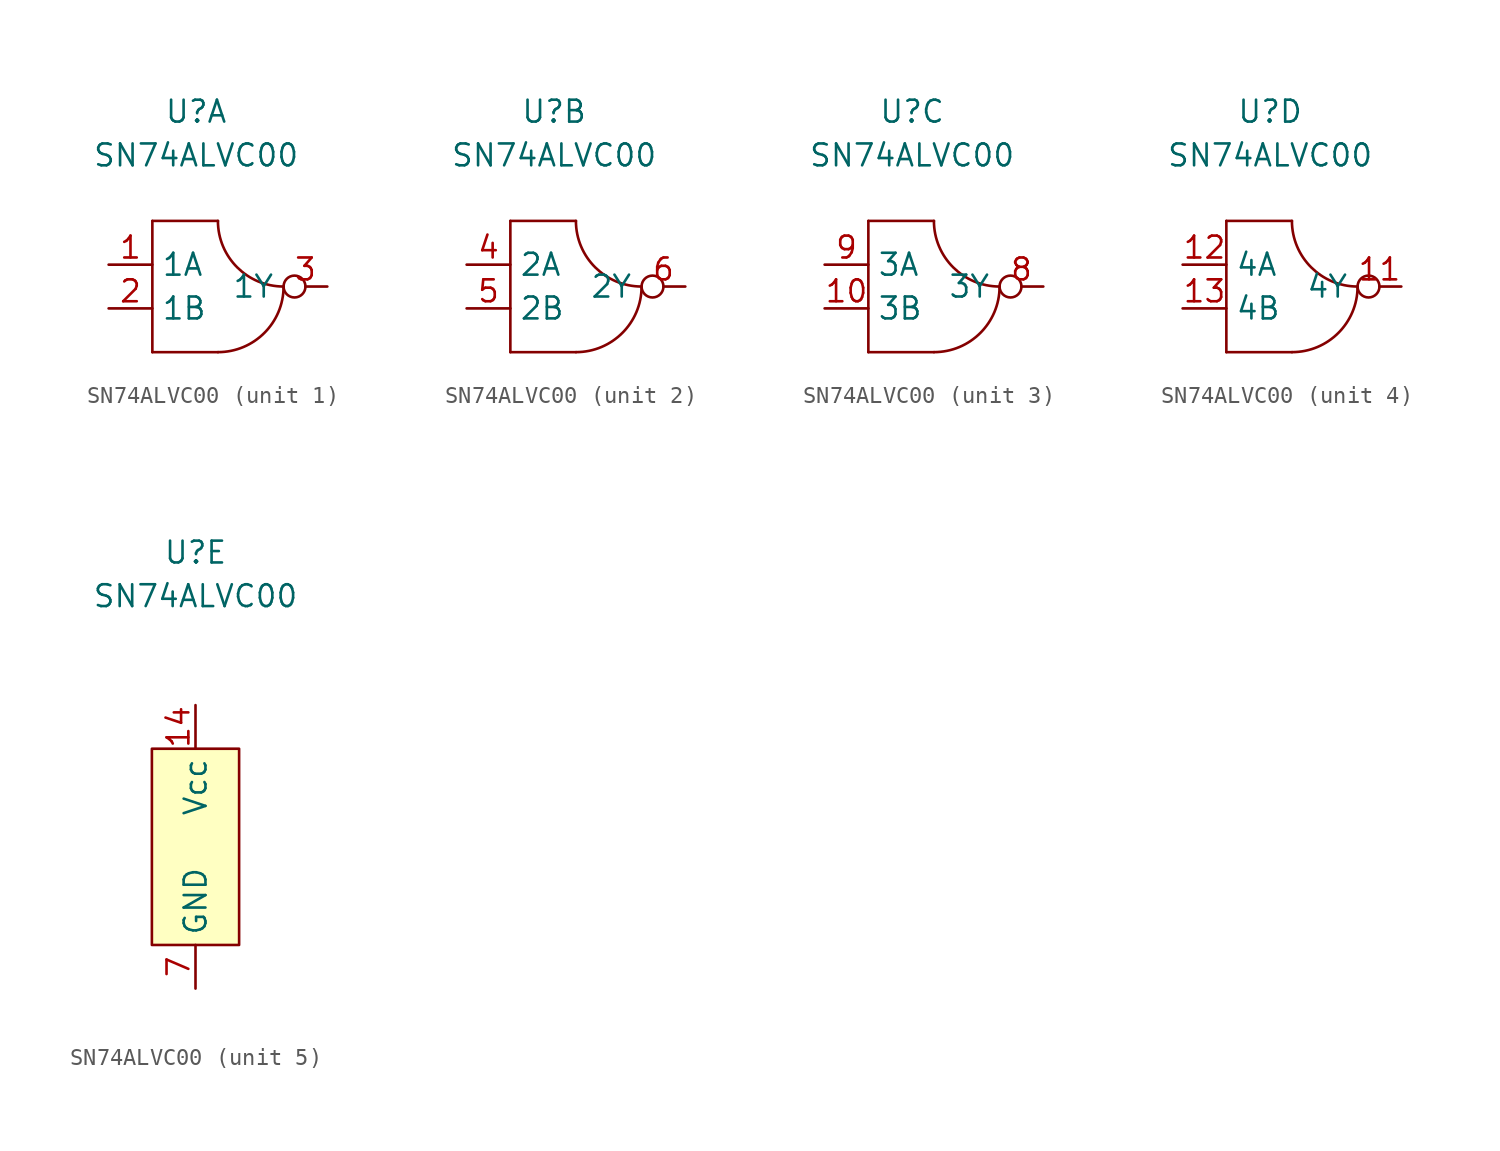
<source format=kicad_sym>
(kicad_symbol_lib
  (version 20211014)
  (generator kicad_symbol_editor)
  (symbol "SN74ALVC00"
    (property "Reference" "U"
      (at 0 0 0)
      (effects (font (size 1.27 1.27))))
    (property "Value" "SN74ALVC00"
      (at 0 -2.54 0)
      (effects (font (size 1.27 1.27))))
    (property "ki_locked" ""
      (at 0 0 0)
      (effects (font (size 1.27 1.27))))
    (symbol "SN74ALVC00_1_1"
      (polyline (pts (xy -2.54 -13.97) (xy 1.27 -13.97)) (stroke (width 0.152) (type default) (color 0 0 0 0)) (fill (type none)))
      (polyline (pts (xy -2.54 -6.35) (xy -2.54 -13.97)) (stroke (width 0.152) (type default) (color 0 0 0 0)) (fill (type none)))
      (polyline (pts (xy -2.54 -6.35) (xy 1.27 -6.35)) (stroke (width 0.152) (type default) (color 0 0 0 0)) (fill (type none)))
      (arc (start 1.27 -13.97) (mid 3.9641 -12.8541) (end 5.08 -10.16) (stroke (width 0.1524) (type default) (color 0 0 0 0)) (fill (type none)))
      (arc (start 1.27 -6.35) (mid -1.4241 -12.8541) (end 5.08 -10.16) (stroke (width 0.1524) (type default) (color 0 0 0 0)) (fill (type none)))
      (pin input line (at -5.08 -8.89 0) (length 2.54) (name "1A" (effects (font (size 1.27 1.27)))) (number "1" (effects (font (size 1.27 1.27)))))
      (pin input line (at -5.08 -11.43 0) (length 2.54) (name "1B" (effects (font (size 1.27 1.27)))) (number "2" (effects (font (size 1.27 1.27)))))
      (pin output inverted (at 7.62 -10.16 180) (length 2.54) (name "1Y" (effects (font (size 1.27 1.27)))) (number "3" (effects (font (size 1.27 1.27))))))
    (symbol "SN74ALVC00_2_1"
      (polyline (pts (xy -2.54 -13.97) (xy 1.27 -13.97)) (stroke (width 0.152) (type default) (color 0 0 0 0)) (fill (type none)))
      (polyline (pts (xy -2.54 -6.35) (xy -2.54 -13.97)) (stroke (width 0.152) (type default) (color 0 0 0 0)) (fill (type none)))
      (polyline (pts (xy -2.54 -6.35) (xy 1.27 -6.35)) (stroke (width 0.152) (type default) (color 0 0 0 0)) (fill (type none)))
      (arc (start 1.27 -13.97) (mid 3.9641 -12.8541) (end 5.08 -10.16) (stroke (width 0.1524) (type default) (color 0 0 0 0)) (fill (type none)))
      (arc (start 1.27 -6.35) (mid -1.4241 -12.8541) (end 5.08 -10.16) (stroke (width 0.1524) (type default) (color 0 0 0 0)) (fill (type none)))
      (pin input line (at -5.08 -8.89 0) (length 2.54) (name "2A" (effects (font (size 1.27 1.27)))) (number "4" (effects (font (size 1.27 1.27)))))
      (pin input line (at -5.08 -11.43 0) (length 2.54) (name "2B" (effects (font (size 1.27 1.27)))) (number "5" (effects (font (size 1.27 1.27)))))
      (pin output inverted (at 7.62 -10.16 180) (length 2.54) (name "2Y" (effects (font (size 1.27 1.27)))) (number "6" (effects (font (size 1.27 1.27))))))
    (symbol "SN74ALVC00_3_1"
      (polyline (pts (xy -2.54 -13.97) (xy 1.27 -13.97)) (stroke (width 0.152) (type default) (color 0 0 0 0)) (fill (type none)))
      (polyline (pts (xy -2.54 -6.35) (xy -2.54 -13.97)) (stroke (width 0.152) (type default) (color 0 0 0 0)) (fill (type none)))
      (polyline (pts (xy -2.54 -6.35) (xy 1.27 -6.35)) (stroke (width 0.152) (type default) (color 0 0 0 0)) (fill (type none)))
      (arc (start 1.27 -13.97) (mid 3.9641 -12.8541) (end 5.08 -10.16) (stroke (width 0.1524) (type default) (color 0 0 0 0)) (fill (type none)))
      (arc (start 1.27 -6.35) (mid -1.4241 -12.8541) (end 5.08 -10.16) (stroke (width 0.1524) (type default) (color 0 0 0 0)) (fill (type none)))
      (pin input line (at -5.08 -11.43 0) (length 2.54) (name "3B" (effects (font (size 1.27 1.27)))) (number "10" (effects (font (size 1.27 1.27)))))
      (pin output inverted (at 7.62 -10.16 180) (length 2.54) (name "3Y" (effects (font (size 1.27 1.27)))) (number "8" (effects (font (size 1.27 1.27)))))
      (pin input line (at -5.08 -8.89 0) (length 2.54) (name "3A" (effects (font (size 1.27 1.27)))) (number "9" (effects (font (size 1.27 1.27))))))
    (symbol "SN74ALVC00_4_1"
      (polyline (pts (xy -2.54 -13.97) (xy 1.27 -13.97)) (stroke (width 0.152) (type default) (color 0 0 0 0)) (fill (type none)))
      (polyline (pts (xy -2.54 -6.35) (xy -2.54 -13.97)) (stroke (width 0.152) (type default) (color 0 0 0 0)) (fill (type none)))
      (polyline (pts (xy -2.54 -6.35) (xy 1.27 -6.35)) (stroke (width 0.152) (type default) (color 0 0 0 0)) (fill (type none)))
      (arc (start 1.27 -13.97) (mid 3.9641 -12.8541) (end 5.08 -10.16) (stroke (width 0.1524) (type default) (color 0 0 0 0)) (fill (type none)))
      (arc (start 1.27 -6.35) (mid -1.4241 -12.8541) (end 5.08 -10.16) (stroke (width 0.1524) (type default) (color 0 0 0 0)) (fill (type none)))
      (pin output inverted (at 7.62 -10.16 180) (length 2.54) (name "4Y" (effects (font (size 1.27 1.27)))) (number "11" (effects (font (size 1.27 1.27)))))
      (pin input line (at -5.08 -8.89 0) (length 2.54) (name "4A" (effects (font (size 1.27 1.27)))) (number "12" (effects (font (size 1.27 1.27)))))
      (pin input line (at -5.08 -11.43 0) (length 2.54) (name "4B" (effects (font (size 1.27 1.27)))) (number "13" (effects (font (size 1.27 1.27))))))
    (symbol "SN74ALVC00_5_1"
      (rectangle (start -2.54 -11.43) (end 2.54 -22.86) (stroke (width 0.152) (type default) (color 0 0 0 0)) (fill (type background)))
      (pin power_in line (at 0 -8.89 270) (length 2.54) (name "Vcc" (effects (font (size 1.27 1.27)))) (number "14" (effects (font (size 1.27 1.27)))))
      (pin power_in line (at 0 -25.4 90) (length 2.54) (name "GND" (effects (font (size 1.27 1.27)))) (number "7" (effects (font (size 1.27 1.27))))))))
</source>
